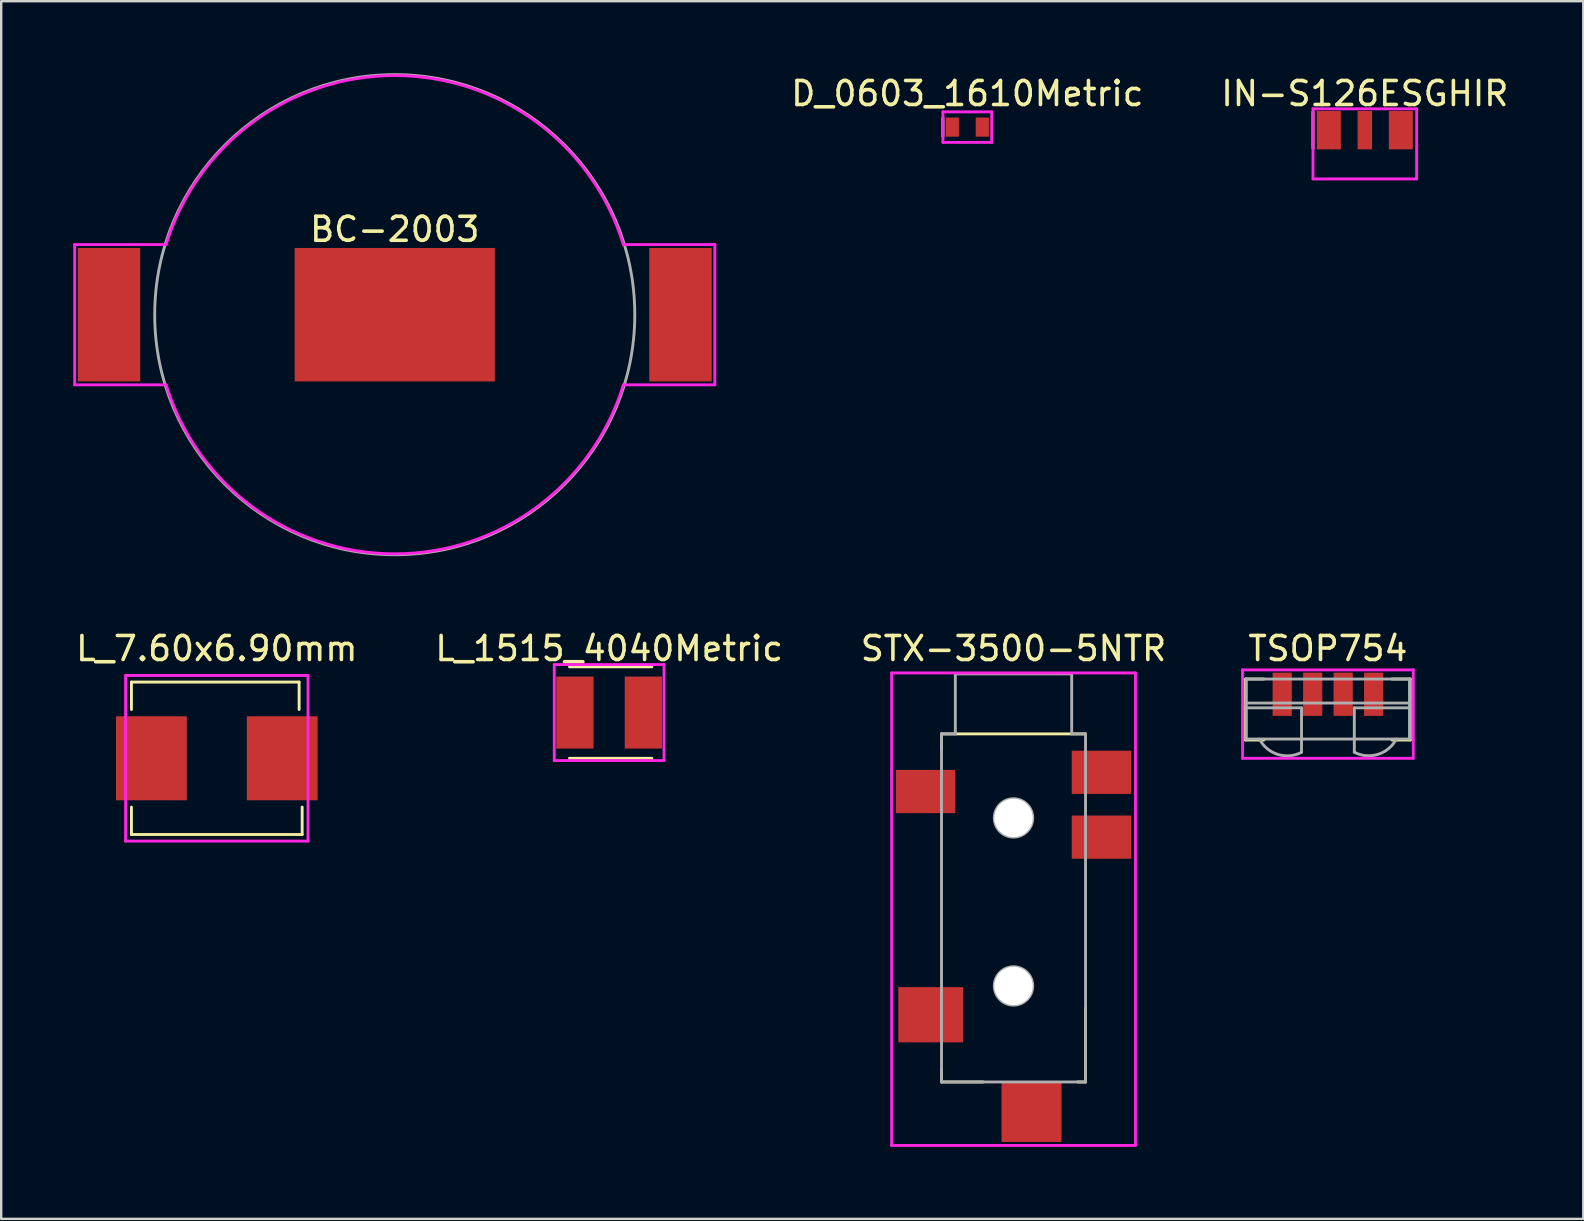
<source format=kicad_pcb>
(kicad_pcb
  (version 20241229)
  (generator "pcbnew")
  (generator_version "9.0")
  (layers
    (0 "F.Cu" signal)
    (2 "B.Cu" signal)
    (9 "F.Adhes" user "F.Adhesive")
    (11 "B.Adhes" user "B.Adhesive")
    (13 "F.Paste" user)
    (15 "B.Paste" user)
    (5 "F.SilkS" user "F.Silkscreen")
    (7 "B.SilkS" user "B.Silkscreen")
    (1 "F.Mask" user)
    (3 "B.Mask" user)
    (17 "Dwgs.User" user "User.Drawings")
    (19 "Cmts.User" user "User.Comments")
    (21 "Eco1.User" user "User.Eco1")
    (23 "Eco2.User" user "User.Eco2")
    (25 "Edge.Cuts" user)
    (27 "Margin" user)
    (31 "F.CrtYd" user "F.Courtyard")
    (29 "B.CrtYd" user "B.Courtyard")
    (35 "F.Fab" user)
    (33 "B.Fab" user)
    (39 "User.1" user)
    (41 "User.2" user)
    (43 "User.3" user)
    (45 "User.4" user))
  (footprint "TSOP754"
    (layer "F.Cu")
    (at 52.271 25.873)
    (property "Reference" "TSOP754" (at 0 -1.905 0) (layer "F.SilkS") (effects (font (size 1 1) (thickness 0.15))))
    (attr through_hole)
    (fp_line (start -3.429 -0.635) (end -3.429 1.905) (stroke (width 0.12) (type solid)) (layer "F.SilkS"))
    (fp_line (start -3.429 1.905) (end -2.667 1.905) (stroke (width 0.12) (type solid)) (layer "F.SilkS"))
    (fp_line (start -2.667 -0.635) (end -3.429 -0.635) (stroke (width 0.12) (type solid)) (layer "F.SilkS"))
    (fp_line (start 2.667 -0.635) (end 3.429 -0.635) (stroke (width 0.12) (type solid)) (layer "F.SilkS"))
    (fp_line (start 3.429 -0.635) (end 3.429 1.905) (stroke (width 0.12) (type solid)) (layer "F.SilkS"))
    (fp_line (start 3.429 1.905) (end 2.667 1.905) (stroke (width 0.12) (type solid)) (layer "F.SilkS"))
    (fp_line (start -3.556 -1.016) (end -3.556 2.667) (stroke (width 0.12) (type solid)) (layer "F.CrtYd"))
    (fp_line (start -3.556 2.667) (end 3.556 2.667) (stroke (width 0.12) (type solid)) (layer "F.CrtYd"))
    (fp_line (start 3.556 -1.016) (end -3.556 -1.016) (stroke (width 0.12) (type solid)) (layer "F.CrtYd"))
    (fp_line (start 3.556 2.667) (end 3.556 -1.016) (stroke (width 0.12) (type solid)) (layer "F.CrtYd"))
    (fp_line (start -3.4 -0.635) (end -3.4 1.865) (stroke (width 0.12) (type solid)) (layer "F.Fab"))
    (fp_line (start -3.4 -0.635) (end 3.4 -0.635) (stroke (width 0.12) (type solid)) (layer "F.Fab"))
    (fp_line (start -3.4 0.365) (end 3.4 0.365) (stroke (width 0.12) (type solid)) (layer "F.Fab"))
    (fp_line (start -3.4 1.865) (end 3.4 1.865) (stroke (width 0.12) (type solid)) (layer "F.Fab"))
    (fp_line (start -1.1 0.565) (end -3.4 0.565) (stroke (width 0.12) (type solid)) (layer "F.Fab"))
    (fp_line (start -1.1 0.565) (end -1.1 2.415) (stroke (width 0.12) (type solid)) (layer "F.Fab"))
    (fp_line (start 1.1 0.565) (end 1.1 2.415) (stroke (width 0.12) (type solid)) (layer "F.Fab"))
    (fp_line (start 1.1 0.565) (end 3.4 0.565) (stroke (width 0.12) (type solid)) (layer "F.Fab"))
    (fp_line (start 3.4 -0.635) (end 3.4 1.865) (stroke (width 0.12) (type solid)) (layer "F.Fab"))
    (fp_arc (start -1.098665 2.417559) (mid -2.090346 2.505011) (end -2.853113 1.865272) (stroke (width 0.12) (type solid)) (layer "F.Fab"))
    (fp_arc (start 2.849999 1.864999) (mid 2.088909 2.502435) (end 1.100001 2.414999) (stroke (width 0.12) (type solid)) (layer "F.Fab"))
    (pad "1" smd rect (at -1.905 0) (size 0.8 1.8) (layers "F.Cu" "F.Mask" "F.Paste"))
    (pad "2" smd rect (at -0.635 0) (size 0.8 1.8) (layers "F.Cu" "F.Mask" "F.Paste"))
    (pad "3" smd rect (at 0.635 0) (size 0.8 1.8) (layers "F.Cu" "F.Mask" "F.Paste"))
    (pad "4" smd rect (at 1.905 0) (size 0.8 1.8) (layers "F.Cu" "F.Mask" "F.Paste")))
  (footprint "IN-S126ESGHIR"
    (layer "F.Cu")
    (at 53.808 2.372)
    (property "Reference" "IN-S126ESGHIR" (at 0 -1.524 0) (layer "F.SilkS") (effects (font (size 1 1) (thickness 0.15))))
    (attr through_hole)
    (fp_line (start -2.159 0.762) (end -2.159 -0.762) (stroke (width 0.12) (type solid)) (layer "F.SilkS"))
    (fp_line (start -2.159 -0.889) (end -2.159 2.032) (stroke (width 0.12) (type solid)) (layer "F.CrtYd"))
    (fp_line (start -2.159 2.032) (end 2.159 2.032) (stroke (width 0.12) (type solid)) (layer "F.CrtYd"))
    (fp_line (start 2.159 -0.889) (end -2.159 -0.889) (stroke (width 0.12) (type solid)) (layer "F.CrtYd"))
    (fp_line (start 2.159 2.032) (end 2.159 -0.889) (stroke (width 0.12) (type solid)) (layer "F.CrtYd"))
    (pad "" smd rect (at 0 0) (size 0.6 1.6) (layers "F.Cu" "F.Mask" "F.Paste"))
    (pad "1" smd rect (at -1.5 0) (size 1 1.6) (layers "F.Cu" "F.Mask" "F.Paste"))
    (pad "2" smd rect (at 1.5 0) (size 1 1.6) (layers "F.Cu" "F.Mask" "F.Paste")))
  (footprint "D_0603_1610Metric"
    (layer "F.Cu")
    (at 37.248 2.245)
    (property "Reference" "D_0603_1610Metric" (at 0 -1.397 0) (layer "F.SilkS") (effects (font (size 1 1) (thickness 0.15))))
    (attr through_hole)
    (fp_line (start -1.016 -0.381) (end -1.016 0.381) (stroke (width 0.12) (type solid)) (layer "F.SilkS"))
    (fp_line (start -1.016 -0.635) (end -1.016 0.635) (stroke (width 0.12) (type solid)) (layer "F.CrtYd"))
    (fp_line (start -1.016 0.635) (end 1.016 0.635) (stroke (width 0.12) (type solid)) (layer "F.CrtYd"))
    (fp_line (start 1.016 -0.635) (end -1.016 -0.635) (stroke (width 0.12) (type solid)) (layer "F.CrtYd"))
    (fp_line (start 1.016 0.635) (end 1.016 -0.635) (stroke (width 0.12) (type solid)) (layer "F.CrtYd"))
    (pad "1" smd rect (at -0.625 0) (size 0.55 0.8) (layers "F.Cu" "F.Mask" "F.Paste"))
    (pad "2" smd rect (at 0.625 0) (size 0.55 0.8) (layers "F.Cu" "F.Mask" "F.Paste")))
  (footprint "L_1515_4040Metric"
    (layer "F.Cu")
    (at 22.327 26.635)
    (property "Reference" "L_1515_4040Metric" (at 0 -2.667 0) (layer "F.SilkS") (effects (font (size 1 1) (thickness 0.15))))
    (attr through_hole)
    (fp_line (start -1.651 -1.905) (end 1.778 -1.905) (stroke (width 0.12) (type solid)) (layer "F.SilkS"))
    (fp_line (start -1.651 1.905) (end 1.778 1.905) (stroke (width 0.12) (type solid)) (layer "F.SilkS"))
    (fp_line (start -2.286 -2) (end 2.286 -2) (stroke (width 0.12) (type solid)) (layer "F.CrtYd"))
    (fp_line (start -2.286 2) (end -2.286 -2) (stroke (width 0.12) (type solid)) (layer "F.CrtYd"))
    (fp_line (start -2.286 2) (end 2.286 2) (stroke (width 0.12) (type solid)) (layer "F.CrtYd"))
    (fp_line (start 2.286 2) (end 2.286 -2) (stroke (width 0.12) (type solid)) (layer "F.CrtYd"))
    (pad "1" smd rect (at -1.425 0) (size 1.55 3) (layers "F.Cu" "F.Mask" "F.Paste"))
    (pad "2" smd rect (at 1.425 0) (size 1.55 3) (layers "F.Cu" "F.Mask" "F.Paste")))
  (footprint "L_7.60x6.90mm"
    (layer "F.Cu")
    (at 5.982 28.54)
    (property "Reference" "L_7.60x6.90mm" (at 0 -4.572 0) (layer "F.SilkS") (effects (font (size 1 1) (thickness 0.15))))
    (attr through_hole)
    (fp_line (start -3.556 -3.175) (end 3.429 -3.175) (stroke (width 0.12) (type solid)) (layer "F.SilkS"))
    (fp_line (start -3.556 -2.032) (end -3.556 -3.175) (stroke (width 0.12) (type solid)) (layer "F.SilkS"))
    (fp_line (start -3.556 2.032) (end -3.556 3.175) (stroke (width 0.12) (type solid)) (layer "F.SilkS"))
    (fp_line (start -3.556 3.175) (end 3.556 3.175) (stroke (width 0.12) (type solid)) (layer "F.SilkS"))
    (fp_line (start 3.429 -3.175) (end 3.429 -2.032) (stroke (width 0.12) (type solid)) (layer "F.SilkS"))
    (fp_line (start 3.556 3.175) (end 3.556 2.032) (stroke (width 0.12) (type solid)) (layer "F.SilkS"))
    (fp_line (start -3.8 -3.45) (end -3.8 3.45) (stroke (width 0.12) (type solid)) (layer "F.CrtYd"))
    (fp_line (start -3.8 -3.45) (end 3.8 -3.45) (stroke (width 0.12) (type solid)) (layer "F.CrtYd"))
    (fp_line (start -3.8 3.45) (end 3.8 3.45) (stroke (width 0.12) (type solid)) (layer "F.CrtYd"))
    (fp_line (start 3.8 -3.45) (end 3.8 3.45) (stroke (width 0.12) (type solid)) (layer "F.CrtYd"))
    (pad "1" smd rect (at -2.725 0) (size 2.95 3.5) (layers "F.Cu" "F.Mask" "F.Paste"))
    (pad "2" smd rect (at 2.725 0) (size 2.95 3.5) (layers "F.Cu" "F.Mask" "F.Paste")))
  (footprint "STX-3500-5NTR"
    (layer "F.Cu")
    (at 39.173 27.524)
    (property "Reference" "STX-3500-5NTR" (at 0 -3.556 0) (layer "F.SilkS") (effects (font (size 1 1) (thickness 0.15))))
    (attr through_hole)
    (fp_line (start -3 0) (end 3 0) (stroke (width 0.12) (type solid)) (layer "F.SilkS"))
    (fp_line (start -3 0.635) (end -3 0) (stroke (width 0.12) (type solid)) (layer "F.SilkS"))
    (fp_line (start -3 13.97) (end -3 14.5) (stroke (width 0.12) (type solid)) (layer "F.SilkS"))
    (fp_line (start -3 14.5) (end -1.27 14.5) (stroke (width 0.12) (type solid)) (layer "F.SilkS"))
    (fp_line (start 2.667 14.5) (end 3 14.5) (stroke (width 0.12) (type solid)) (layer "F.SilkS"))
    (fp_line (start 3 14.5) (end 3 11.43) (stroke (width 0.12) (type solid)) (layer "F.SilkS"))
    (fp_line (start -5.08 -2.54) (end -5.08 17.145) (stroke (width 0.12) (type solid)) (layer "F.CrtYd"))
    (fp_line (start -5.08 17.145) (end 5.08 17.145) (stroke (width 0.12) (type solid)) (layer "F.CrtYd"))
    (fp_line (start 5.08 -2.54) (end -5.08 -2.54) (stroke (width 0.12) (type solid)) (layer "F.CrtYd"))
    (fp_line (start 5.08 17.145) (end 5.08 -2.54) (stroke (width 0.12) (type solid)) (layer "F.CrtYd"))
    (fp_line (start -3 0) (end -3 14.5) (stroke (width 0.12) (type solid)) (layer "F.Fab"))
    (fp_line (start -3 0) (end -2.424 0) (stroke (width 0.12) (type solid)) (layer "F.Fab"))
    (fp_line (start -3 14.5) (end 3 14.5) (stroke (width 0.12) (type solid)) (layer "F.Fab"))
    (fp_line (start -2.424 -2.5) (end -2.424 0) (stroke (width 0.12) (type solid)) (layer "F.Fab"))
    (fp_line (start -2.424 -2.5) (end 2.424 -2.5) (stroke (width 0.12) (type solid)) (layer "F.Fab"))
    (fp_line (start 2.424 0) (end 2.424 -2.5) (stroke (width 0.12) (type solid)) (layer "F.Fab"))
    (fp_line (start 2.424 0) (end 3 0) (stroke (width 0.12) (type solid)) (layer "F.Fab"))
    (fp_line (start 3 14.5) (end 3 0) (stroke (width 0.12) (type solid)) (layer "F.Fab"))
    (fp_circle (center 0 3.5) (end 0.8 3.5) (stroke (width 0.12) (type solid)) (fill no) (layer "F.Fab"))
    (fp_circle (center 0 10.5) (end 0.8 10.5) (stroke (width 0.12) (type solid)) (fill no) (layer "F.Fab"))
    (pad "" np_thru_hole circle (at 0 3.5) (size 1.6 1.6) (drill 1.6) (layers "*.Cu" "*.Mask"))
    (pad "" np_thru_hole circle (at 0 10.5) (size 1.6 1.6) (drill 1.6) (layers "*.Cu" "*.Mask"))
    (pad "1" smd rect (at -3.663 2.4) (size 2.475 1.8) (layers "F.Cu" "F.Mask" "F.Paste"))
    (pad "2" smd rect (at -3.45 11.7) (size 2.7 2.3) (layers "F.Cu" "F.Mask" "F.Paste"))
    (pad "3" smd rect (at 3.663 4.3) (size 2.475 1.8) (layers "F.Cu" "F.Mask" "F.Paste"))
    (pad "4" smd rect (at 0.75 15.75) (size 2.5 2.5) (layers "F.Cu" "F.Mask" "F.Paste"))
    (pad "5" smd rect (at 3.663 1.6) (size 2.475 1.8) (layers "F.Cu" "F.Mask" "F.Paste")))
  (footprint "BC-2003"
    (layer "F.Cu")
    (at 13.395 10.06)
    (property "Reference" "BC-2003" (at 0 -3.556 0) (layer "F.SilkS") (effects (font (size 1 1) (thickness 0.15))))
    (attr through_hole)
    (fp_line (start -13.335 -2.921) (end -9.525 -2.921) (stroke (width 0.12) (type solid)) (layer "F.CrtYd"))
    (fp_line (start -13.335 2.921) (end -13.335 -2.921) (stroke (width 0.12) (type solid)) (layer "F.CrtYd"))
    (fp_line (start -13.335 2.921) (end -9.525 2.921) (stroke (width 0.12) (type solid)) (layer "F.CrtYd"))
    (fp_line (start 13.335 -2.921) (end 9.525 -2.921) (stroke (width 0.12) (type solid)) (layer "F.CrtYd"))
    (fp_line (start 13.335 2.921) (end 9.525 2.921) (stroke (width 0.12) (type solid)) (layer "F.CrtYd"))
    (fp_line (start 13.335 2.921) (end 13.335 -2.921) (stroke (width 0.12) (type solid)) (layer "F.CrtYd"))
    (fp_arc (start -9.524999 -2.921) (mid 0 -9.962823) (end 9.524999 -2.920999) (stroke (width 0.12) (type solid)) (layer "F.CrtYd"))
    (fp_arc (start 9.524997 2.921) (mid -0.000001 9.962821) (end -9.524998 2.920998) (stroke (width 0.12) (type solid)) (layer "F.CrtYd"))
    (fp_circle (center 0 0) (end 10 0) (stroke (width 0.12) (type solid)) (fill no) (layer "F.Fab"))
    (pad "1" smd rect (at -11.905 0) (size 2.6 5.56) (layers "F.Cu" "F.Mask" "F.Paste"))
    (pad "1" smd rect (at 11.905 0) (size 2.6 5.56) (layers "F.Cu" "F.Mask" "F.Paste"))
    (pad "2" smd rect (at 0 0) (size 8.34 5.56) (layers "F.Cu" "F.Mask" "F.Paste")))
  (gr_rect
    (start -3 -3)
    (end 62.909 47.729)
    (stroke (width 0.1) (type default))
    (fill no)
    (layer "Edge.Cuts")))
</source>
